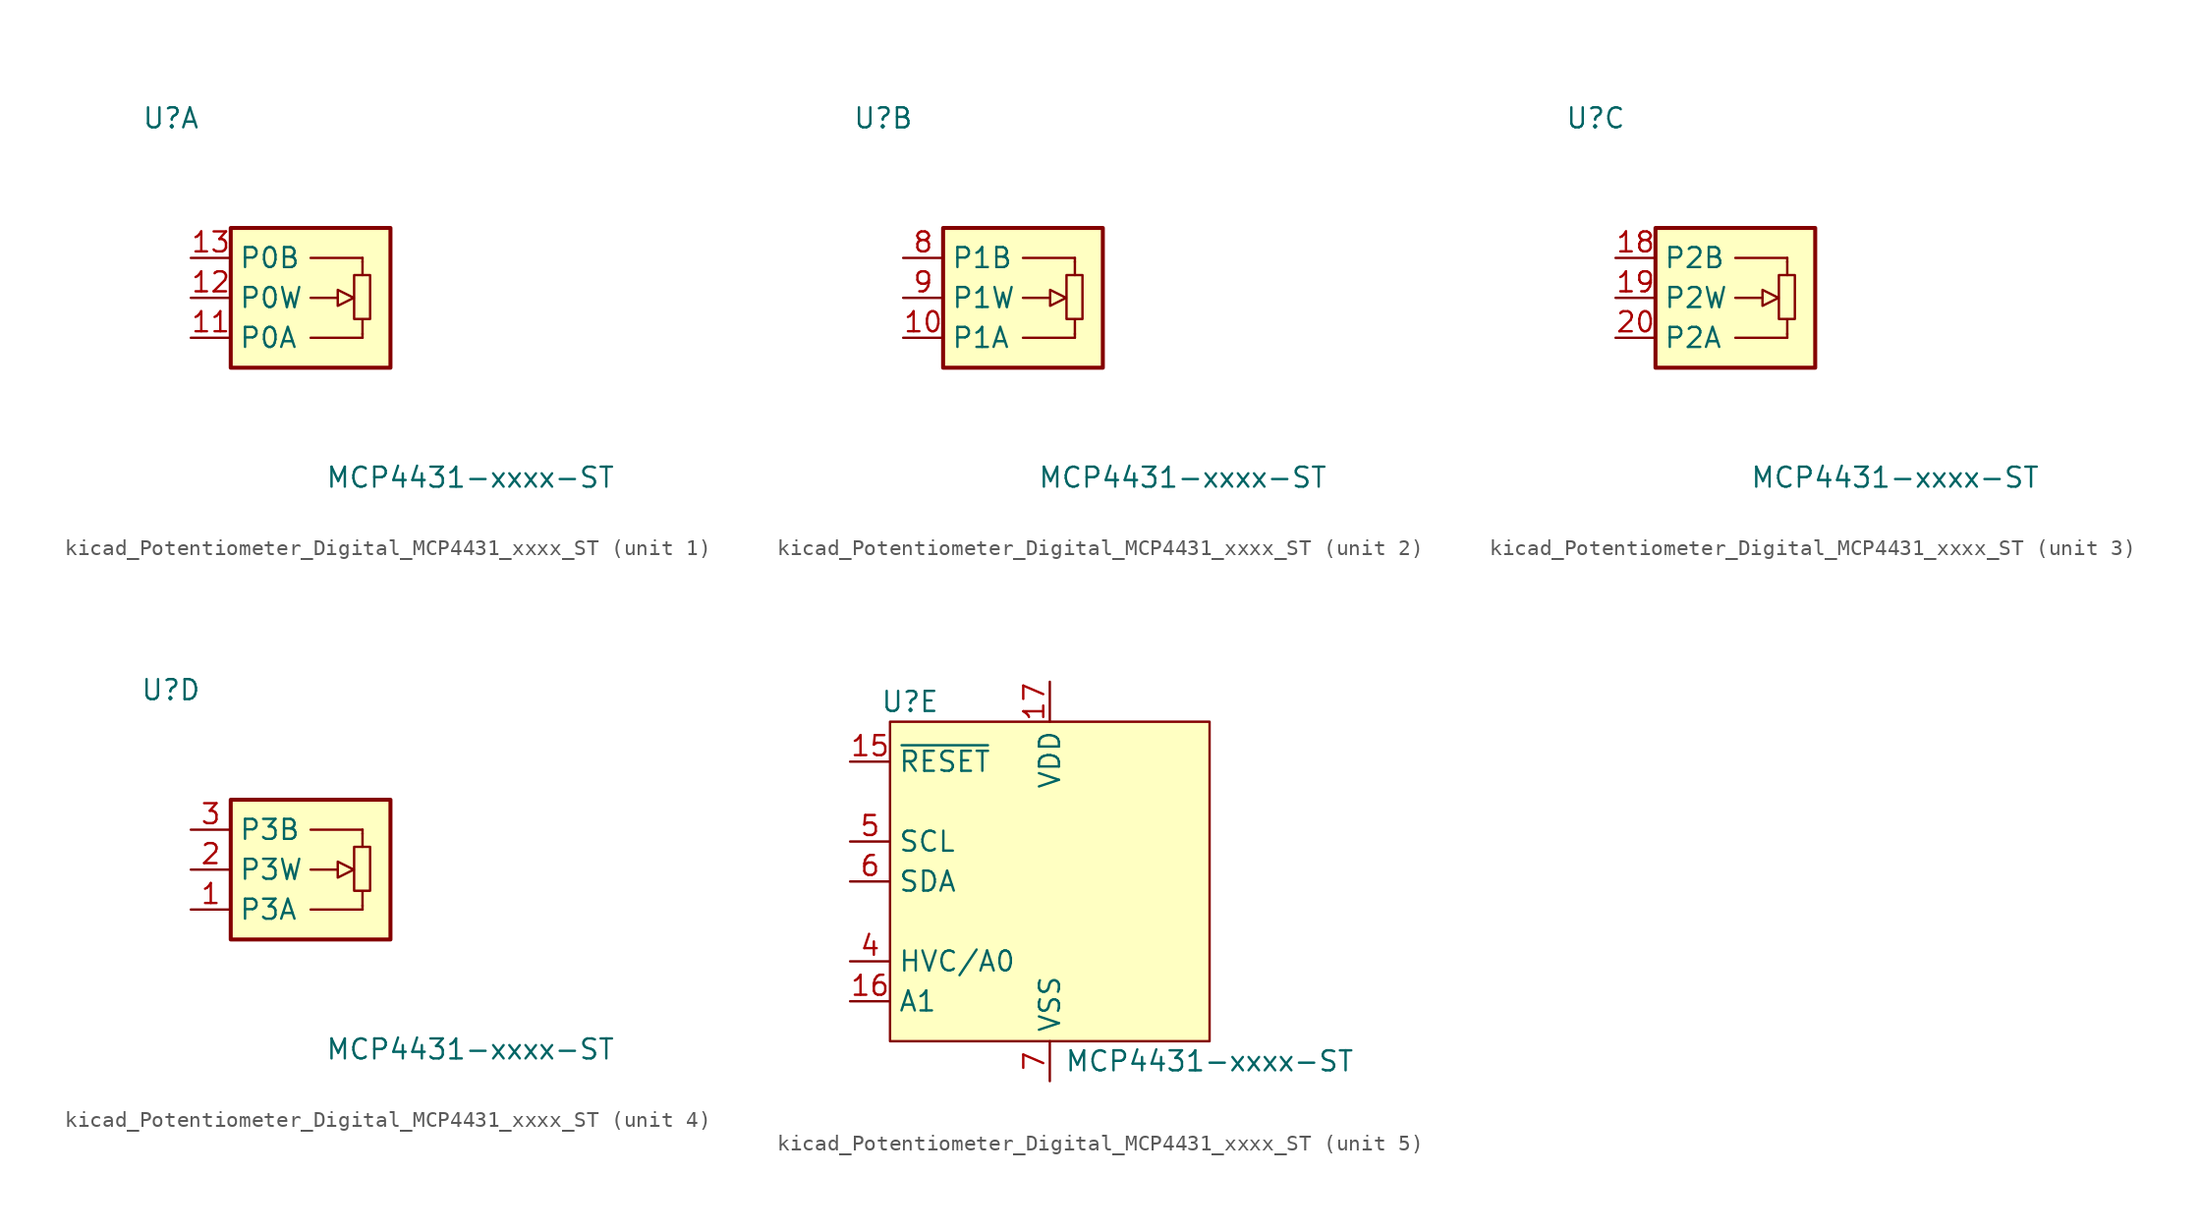
<source format=kicad_sym>
(kicad_symbol_lib
  (version 20220914)
  (generator kicad_symbol_editor)
  (symbol "kicad_Potentiometer_Digital_MCP4431_xxxx_ST"
    (property "Reference" "U"
      (at -8.89 11.43 0)
      (effects (font (size 1.27 1.27))))
    (property "Value" "MCP4431-xxxx-ST"
      (at 10.16 -11.43 0)
      (effects (font (size 1.27 1.27))))
    (property "ki_locked" ""
      (at 0 0 0)
      (effects (font (size 1.27 1.27))))
    (symbol "kicad_Potentiometer_Digital_MCP4431_xxxx_ST_1_1"
      (polyline (pts (xy 1.727 0) (xy 0 0)) (stroke (width 0) (type default)) (fill (type none)))
      (polyline (pts (xy 3.302 -2.54) (xy 0 -2.54)) (stroke (width 0) (type default)) (fill (type background)))
      (polyline (pts (xy 3.302 -2.311) (xy 3.302 -1.372)) (stroke (width 0) (type default)) (fill (type none)))
      (polyline (pts (xy 3.302 2.286) (xy 3.302 1.448)) (stroke (width 0) (type default)) (fill (type none)))
      (polyline (pts (xy 3.302 2.54) (xy 0 2.54)) (stroke (width 0) (type default)) (fill (type background)))
      (polyline (pts (xy 3.302 -2.54) (xy 3.302 -2.286) (xy 3.302 -2.286)) (stroke (width 0) (type default)) (fill (type none)))
      (polyline (pts (xy 3.302 2.54) (xy 3.302 2.286) (xy 3.302 2.286)) (stroke (width 0) (type default)) (fill (type background)))
      (polyline (pts (xy 1.727 -0.508) (xy 1.727 0.508) (xy 2.743 0) (xy 1.727 -0.508) (xy 1.727 -0.508)) (stroke (width 0) (type default)) (fill (type none)))
      (rectangle (start 3.785 -1.346) (end 2.769 1.448) (stroke (width 0) (type default)) (fill (type none)))
      (rectangle (start 5.08 -4.445) (end -5.08 4.445) (stroke (width 0.254) (type default)) (fill (type background)))
      (pin passive line (at -7.62 -2.54 0) (length 2.54) (name "P0A" (effects (font (size 1.27 1.27)))) (number "11" (effects (font (size 1.27 1.27)))))
      (pin passive line (at -7.62 0 0) (length 2.54) (name "P0W" (effects (font (size 1.27 1.27)))) (number "12" (effects (font (size 1.27 1.27)))))
      (pin passive line (at -7.62 2.54 0) (length 2.54) (name "P0B" (effects (font (size 1.27 1.27)))) (number "13" (effects (font (size 1.27 1.27))))))
    (symbol "kicad_Potentiometer_Digital_MCP4431_xxxx_ST_2_1"
      (polyline (pts (xy 1.727 0) (xy 0 0)) (stroke (width 0) (type default)) (fill (type none)))
      (polyline (pts (xy 3.302 -2.54) (xy 0 -2.54)) (stroke (width 0) (type default)) (fill (type background)))
      (polyline (pts (xy 3.302 -2.311) (xy 3.302 -1.372)) (stroke (width 0) (type default)) (fill (type none)))
      (polyline (pts (xy 3.302 2.286) (xy 3.302 1.448)) (stroke (width 0) (type default)) (fill (type none)))
      (polyline (pts (xy 3.302 2.54) (xy 0 2.54)) (stroke (width 0) (type default)) (fill (type background)))
      (polyline (pts (xy 3.302 -2.54) (xy 3.302 -2.286) (xy 3.302 -2.286)) (stroke (width 0) (type default)) (fill (type none)))
      (polyline (pts (xy 3.302 2.54) (xy 3.302 2.286) (xy 3.302 2.286)) (stroke (width 0) (type default)) (fill (type background)))
      (polyline (pts (xy 1.727 -0.508) (xy 1.727 0.508) (xy 2.743 0) (xy 1.727 -0.508) (xy 1.727 -0.508)) (stroke (width 0) (type default)) (fill (type none)))
      (rectangle (start 3.785 -1.346) (end 2.769 1.448) (stroke (width 0) (type default)) (fill (type none)))
      (rectangle (start 5.08 -4.445) (end -5.08 4.445) (stroke (width 0.254) (type default)) (fill (type background)))
      (pin passive line (at -7.62 -2.54 0) (length 2.54) (name "P1A" (effects (font (size 1.27 1.27)))) (number "10" (effects (font (size 1.27 1.27)))))
      (pin passive line (at -7.62 2.54 0) (length 2.54) (name "P1B" (effects (font (size 1.27 1.27)))) (number "8" (effects (font (size 1.27 1.27)))))
      (pin passive line (at -7.62 0 0) (length 2.54) (name "P1W" (effects (font (size 1.27 1.27)))) (number "9" (effects (font (size 1.27 1.27))))))
    (symbol "kicad_Potentiometer_Digital_MCP4431_xxxx_ST_3_1"
      (polyline (pts (xy 1.727 0) (xy 0 0)) (stroke (width 0) (type default)) (fill (type none)))
      (polyline (pts (xy 3.302 -2.54) (xy 0 -2.54)) (stroke (width 0) (type default)) (fill (type background)))
      (polyline (pts (xy 3.302 -2.311) (xy 3.302 -1.372)) (stroke (width 0) (type default)) (fill (type none)))
      (polyline (pts (xy 3.302 2.286) (xy 3.302 1.448)) (stroke (width 0) (type default)) (fill (type none)))
      (polyline (pts (xy 3.302 2.54) (xy 0 2.54)) (stroke (width 0) (type default)) (fill (type background)))
      (polyline (pts (xy 3.302 -2.54) (xy 3.302 -2.286) (xy 3.302 -2.286)) (stroke (width 0) (type default)) (fill (type none)))
      (polyline (pts (xy 3.302 2.54) (xy 3.302 2.286) (xy 3.302 2.286)) (stroke (width 0) (type default)) (fill (type background)))
      (polyline (pts (xy 1.727 -0.508) (xy 1.727 0.508) (xy 2.743 0) (xy 1.727 -0.508) (xy 1.727 -0.508)) (stroke (width 0) (type default)) (fill (type none)))
      (rectangle (start 3.785 -1.346) (end 2.769 1.448) (stroke (width 0) (type default)) (fill (type none)))
      (rectangle (start 5.08 -4.445) (end -5.08 4.445) (stroke (width 0.254) (type default)) (fill (type background)))
      (pin passive line (at -7.62 2.54 0) (length 2.54) (name "P2B" (effects (font (size 1.27 1.27)))) (number "18" (effects (font (size 1.27 1.27)))))
      (pin passive line (at -7.62 0 0) (length 2.54) (name "P2W" (effects (font (size 1.27 1.27)))) (number "19" (effects (font (size 1.27 1.27)))))
      (pin passive line (at -7.62 -2.54 0) (length 2.54) (name "P2A" (effects (font (size 1.27 1.27)))) (number "20" (effects (font (size 1.27 1.27))))))
    (symbol "kicad_Potentiometer_Digital_MCP4431_xxxx_ST_4_1"
      (polyline (pts (xy 1.727 0) (xy 0 0)) (stroke (width 0) (type default)) (fill (type none)))
      (polyline (pts (xy 3.302 -2.54) (xy 0 -2.54)) (stroke (width 0) (type default)) (fill (type background)))
      (polyline (pts (xy 3.302 -2.311) (xy 3.302 -1.372)) (stroke (width 0) (type default)) (fill (type none)))
      (polyline (pts (xy 3.302 2.286) (xy 3.302 1.448)) (stroke (width 0) (type default)) (fill (type none)))
      (polyline (pts (xy 3.302 2.54) (xy 0 2.54)) (stroke (width 0) (type default)) (fill (type background)))
      (polyline (pts (xy 3.302 -2.54) (xy 3.302 -2.286) (xy 3.302 -2.286)) (stroke (width 0) (type default)) (fill (type none)))
      (polyline (pts (xy 3.302 2.54) (xy 3.302 2.286) (xy 3.302 2.286)) (stroke (width 0) (type default)) (fill (type background)))
      (polyline (pts (xy 1.727 -0.508) (xy 1.727 0.508) (xy 2.743 0) (xy 1.727 -0.508) (xy 1.727 -0.508)) (stroke (width 0) (type default)) (fill (type none)))
      (rectangle (start 3.785 -1.346) (end 2.769 1.448) (stroke (width 0) (type default)) (fill (type none)))
      (rectangle (start 5.08 -4.445) (end -5.08 4.445) (stroke (width 0.254) (type default)) (fill (type background)))
      (pin passive line (at -7.62 -2.54 0) (length 2.54) (name "P3A" (effects (font (size 1.27 1.27)))) (number "1" (effects (font (size 1.27 1.27)))))
      (pin passive line (at -7.62 0 0) (length 2.54) (name "P3W" (effects (font (size 1.27 1.27)))) (number "2" (effects (font (size 1.27 1.27)))))
      (pin passive line (at -7.62 2.54 0) (length 2.54) (name "P3B" (effects (font (size 1.27 1.27)))) (number "3" (effects (font (size 1.27 1.27))))))
    (symbol "kicad_Potentiometer_Digital_MCP4431_xxxx_ST_5_1"
      (rectangle (start -10.16 10.16) (end 10.16 -10.16) (stroke (width 0) (type default)) (fill (type background)))
      (pin no_connect line (at -10.16 -2.54 0) (length 2.54) hide (name "NC" (effects (font (size 1.27 1.27)))) (number "14" (effects (font (size 1.27 1.27)))))
      (pin input line (at -12.7 7.62 0) (length 2.54) (name "~{RESET}" (effects (font (size 1.27 1.27)))) (number "15" (effects (font (size 1.27 1.27)))))
      (pin input line (at -12.7 -7.62 0) (length 2.54) (name "A1" (effects (font (size 1.27 1.27)))) (number "16" (effects (font (size 1.27 1.27)))))
      (pin power_in line (at 0 12.7 270) (length 2.54) (name "VDD" (effects (font (size 1.27 1.27)))) (number "17" (effects (font (size 1.27 1.27)))))
      (pin input line (at -12.7 -5.08 0) (length 2.54) (name "HVC/A0" (effects (font (size 1.27 1.27)))) (number "4" (effects (font (size 1.27 1.27)))))
      (pin input line (at -12.7 2.54 0) (length 2.54) (name "SCL" (effects (font (size 1.27 1.27)))) (number "5" (effects (font (size 1.27 1.27)))))
      (pin bidirectional line (at -12.7 0 0) (length 2.54) (name "SDA" (effects (font (size 1.27 1.27)))) (number "6" (effects (font (size 1.27 1.27)))))
      (pin power_in line (at 0 -12.7 90) (length 2.54) (name "VSS" (effects (font (size 1.27 1.27)))) (number "7" (effects (font (size 1.27 1.27))))))))
</source>
